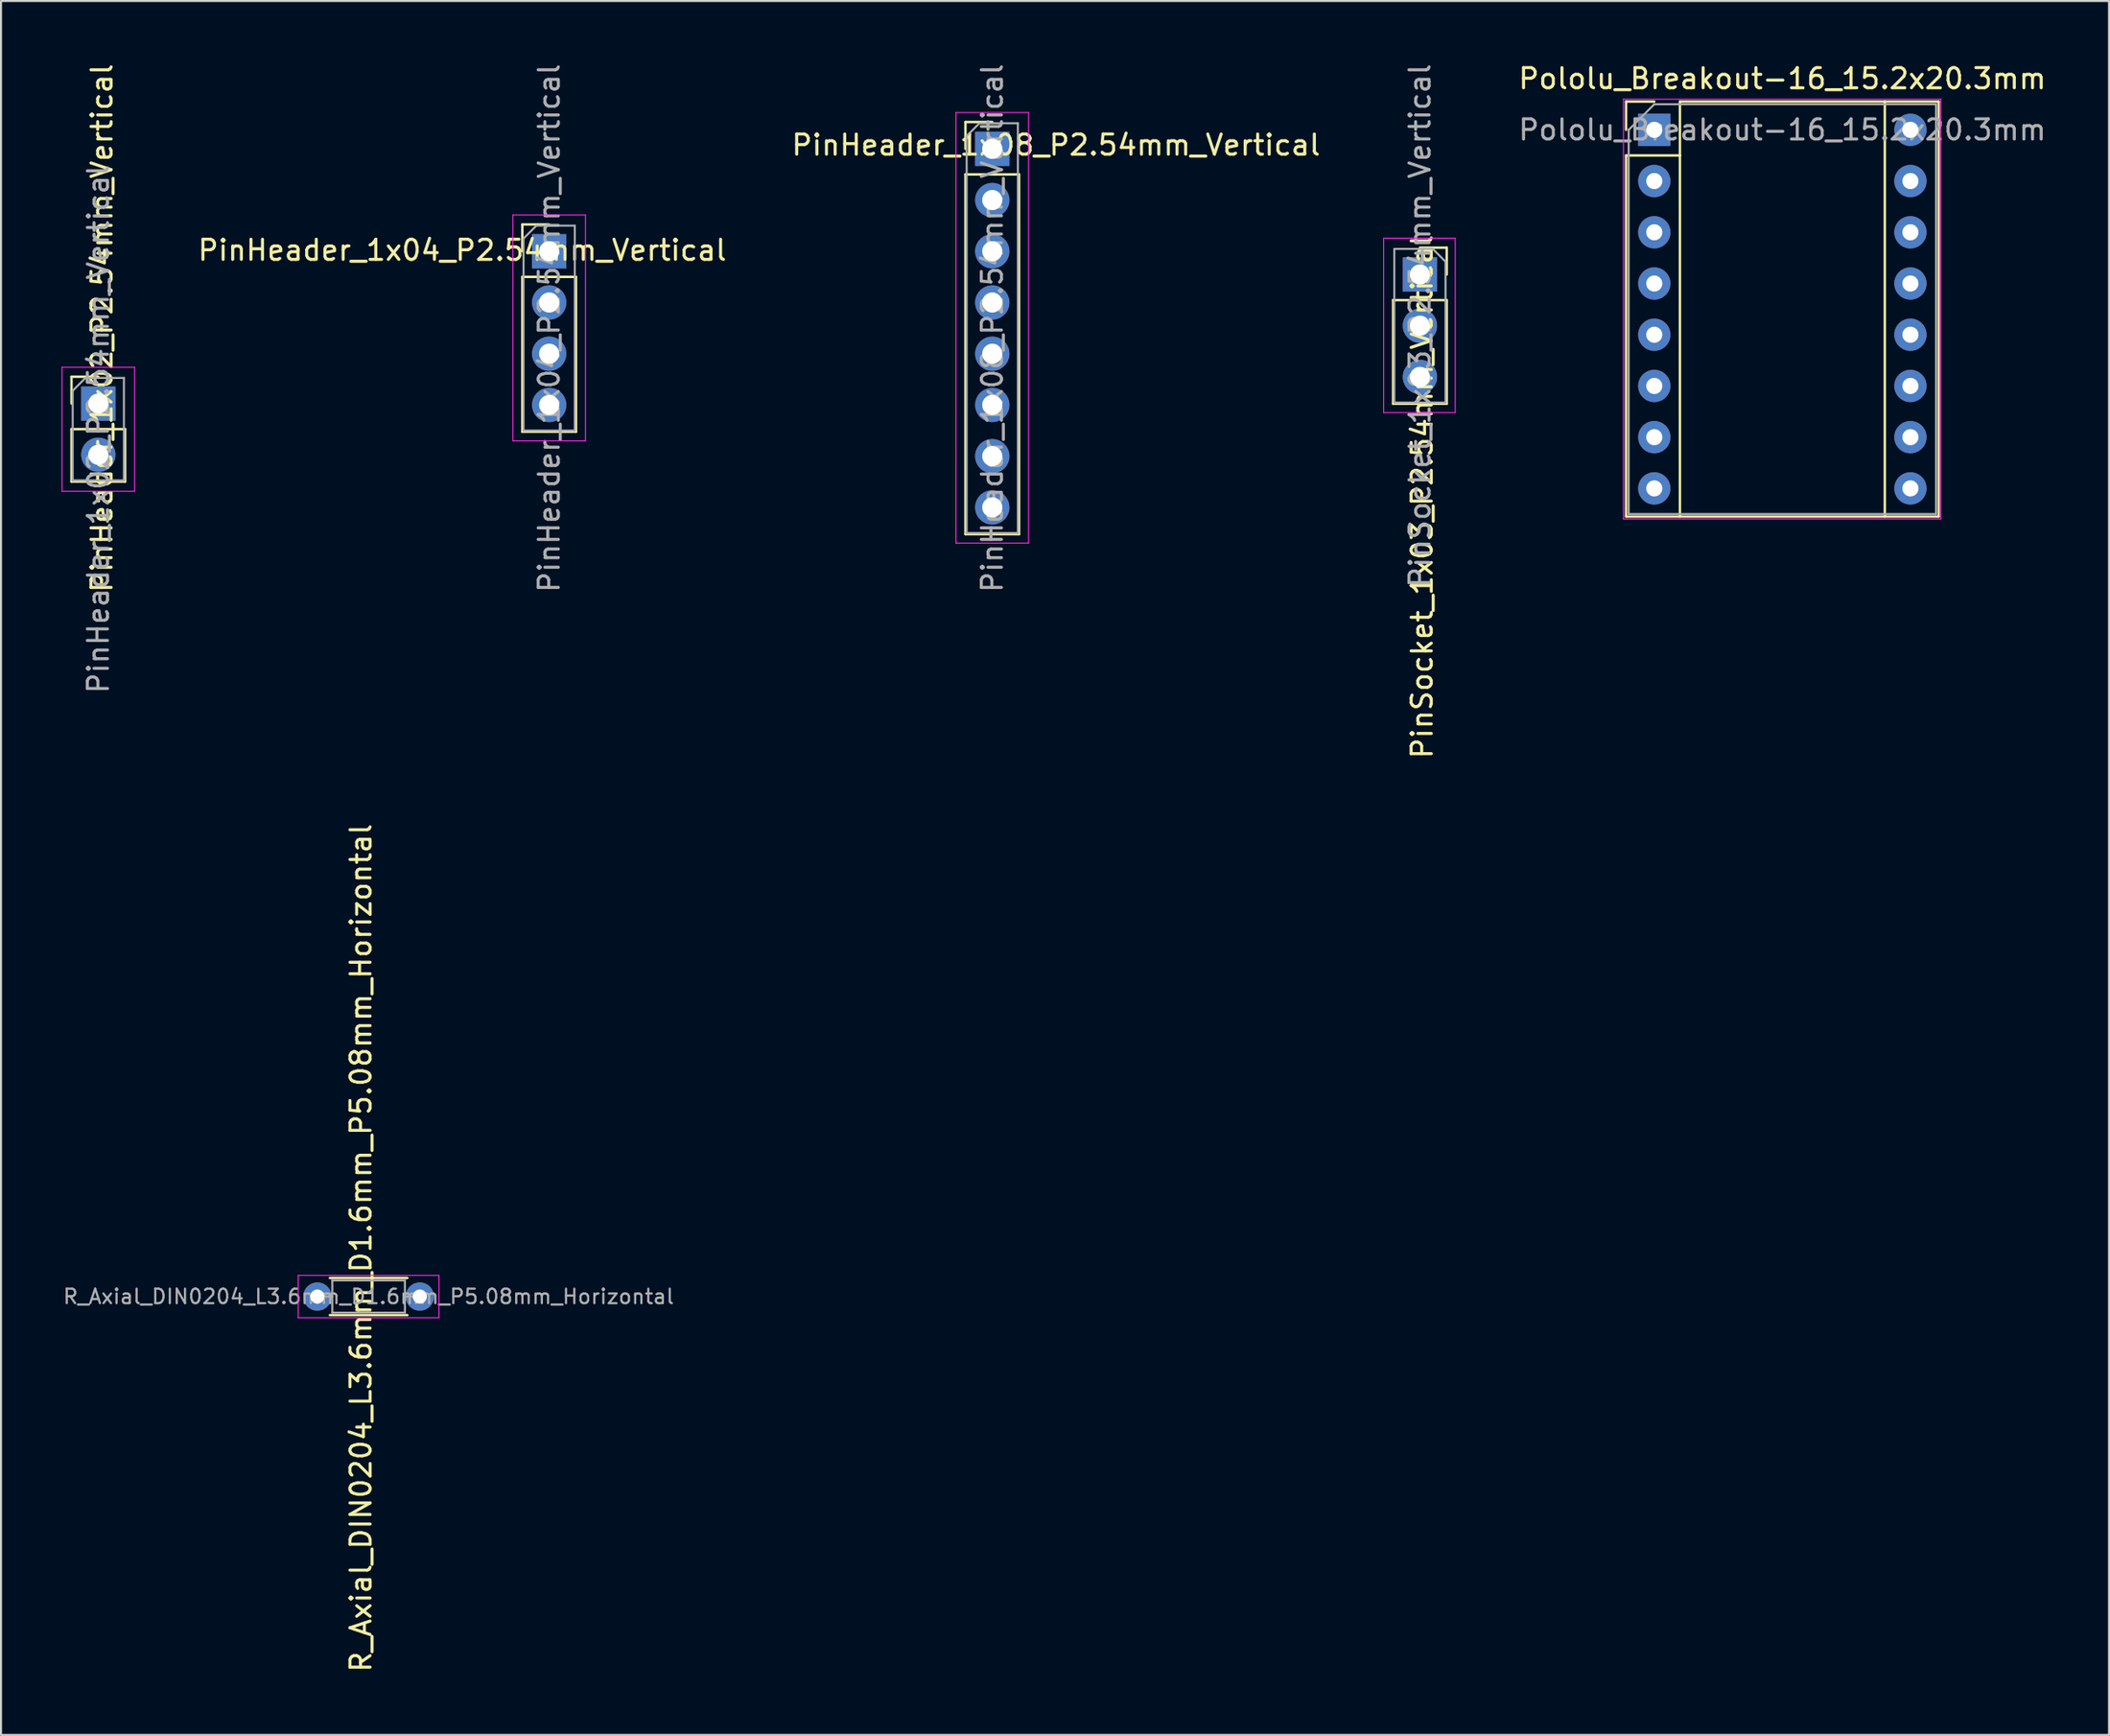
<source format=kicad_pcb>
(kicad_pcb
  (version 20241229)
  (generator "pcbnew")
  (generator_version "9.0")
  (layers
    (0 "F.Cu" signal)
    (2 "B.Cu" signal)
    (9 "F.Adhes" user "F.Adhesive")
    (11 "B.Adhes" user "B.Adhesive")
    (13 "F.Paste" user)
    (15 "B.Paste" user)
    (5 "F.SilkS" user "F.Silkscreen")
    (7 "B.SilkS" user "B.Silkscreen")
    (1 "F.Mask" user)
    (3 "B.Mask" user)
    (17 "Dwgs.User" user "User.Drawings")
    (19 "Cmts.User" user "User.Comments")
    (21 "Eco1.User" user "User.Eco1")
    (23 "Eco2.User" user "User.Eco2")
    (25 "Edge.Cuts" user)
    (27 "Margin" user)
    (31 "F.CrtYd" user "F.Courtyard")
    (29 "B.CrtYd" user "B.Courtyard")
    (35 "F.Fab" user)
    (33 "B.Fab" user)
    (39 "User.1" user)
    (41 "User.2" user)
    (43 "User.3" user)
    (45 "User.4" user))
  (footprint "PinHeader_1x02_P2.54mm_Vertical"
    (layer "F.Cu")
    (at 1.825 16.96)
    (property "Reference" "PinHeader_1x02_P2.54mm_Vertical" (at 0.18 -3.74 270) (layer "F.SilkS") (effects (font (size 1 1) (thickness 0.15))))
    (attr through_hole)
    (fp_line (start -1.33 -1.33) (end 0 -1.33) (stroke (width 0.12) (type solid)) (layer "F.SilkS"))
    (fp_line (start -1.33 0) (end -1.33 -1.33) (stroke (width 0.12) (type solid)) (layer "F.SilkS"))
    (fp_line (start -1.33 1.27) (end -1.33 3.87) (stroke (width 0.12) (type solid)) (layer "F.SilkS"))
    (fp_line (start -1.33 1.27) (end 1.33 1.27) (stroke (width 0.12) (type solid)) (layer "F.SilkS"))
    (fp_line (start -1.33 3.87) (end 1.33 3.87) (stroke (width 0.12) (type solid)) (layer "F.SilkS"))
    (fp_line (start 1.33 1.27) (end 1.33 3.87) (stroke (width 0.12) (type solid)) (layer "F.SilkS"))
    (fp_line (start -1.8 -1.8) (end -1.8 4.35) (stroke (width 0.05) (type solid)) (layer "F.CrtYd"))
    (fp_line (start -1.8 4.35) (end 1.8 4.35) (stroke (width 0.05) (type solid)) (layer "F.CrtYd"))
    (fp_line (start 1.8 -1.8) (end -1.8 -1.8) (stroke (width 0.05) (type solid)) (layer "F.CrtYd"))
    (fp_line (start 1.8 4.35) (end 1.8 -1.8) (stroke (width 0.05) (type solid)) (layer "F.CrtYd"))
    (fp_line (start -1.27 -0.635) (end -0.635 -1.27) (stroke (width 0.1) (type solid)) (layer "F.Fab"))
    (fp_line (start -1.27 3.81) (end -1.27 -0.635) (stroke (width 0.1) (type solid)) (layer "F.Fab"))
    (fp_line (start -0.635 -1.27) (end 1.27 -1.27) (stroke (width 0.1) (type solid)) (layer "F.Fab"))
    (fp_line (start 1.27 -1.27) (end 1.27 3.81) (stroke (width 0.1) (type solid)) (layer "F.Fab"))
    (fp_line (start 1.27 3.81) (end -1.27 3.81) (stroke (width 0.1) (type solid)) (layer "F.Fab"))
    (fp_text user "${REFERENCE}" (at 0 1.27 90) (layer "F.Fab") (effects (font (size 1 1) (thickness 0.15))))
    (pad "1" thru_hole rect (at 0 0) (size 1.7 1.7) (drill 1) (layers "*.Cu" "*.Mask"))
    (pad "2" thru_hole oval (at 0 2.54) (size 1.7 1.7) (drill 1) (layers "*.Cu" "*.Mask")))
  (footprint "PinHeader_1x04_P2.54mm_Vertical"
    (layer "F.Cu")
    (at 24.18 9.41)
    (property "Reference" "PinHeader_1x04_P2.54mm_Vertical" (at -4.31 -0.054 180) (layer "F.SilkS") (effects (font (size 1 1) (thickness 0.15))))
    (attr through_hole)
    (fp_line (start -1.33 -1.33) (end 0 -1.33) (stroke (width 0.12) (type solid)) (layer "F.SilkS"))
    (fp_line (start -1.33 0) (end -1.33 -1.33) (stroke (width 0.12) (type solid)) (layer "F.SilkS"))
    (fp_line (start -1.33 1.27) (end -1.33 8.95) (stroke (width 0.12) (type solid)) (layer "F.SilkS"))
    (fp_line (start -1.33 1.27) (end 1.33 1.27) (stroke (width 0.12) (type solid)) (layer "F.SilkS"))
    (fp_line (start -1.33 8.95) (end 1.33 8.95) (stroke (width 0.12) (type solid)) (layer "F.SilkS"))
    (fp_line (start 1.33 1.27) (end 1.33 8.95) (stroke (width 0.12) (type solid)) (layer "F.SilkS"))
    (fp_line (start -1.8 -1.8) (end -1.8 9.4) (stroke (width 0.05) (type solid)) (layer "F.CrtYd"))
    (fp_line (start -1.8 9.4) (end 1.8 9.4) (stroke (width 0.05) (type solid)) (layer "F.CrtYd"))
    (fp_line (start 1.8 -1.8) (end -1.8 -1.8) (stroke (width 0.05) (type solid)) (layer "F.CrtYd"))
    (fp_line (start 1.8 9.4) (end 1.8 -1.8) (stroke (width 0.05) (type solid)) (layer "F.CrtYd"))
    (fp_line (start -1.27 -0.635) (end -0.635 -1.27) (stroke (width 0.1) (type solid)) (layer "F.Fab"))
    (fp_line (start -1.27 8.89) (end -1.27 -0.635) (stroke (width 0.1) (type solid)) (layer "F.Fab"))
    (fp_line (start -0.635 -1.27) (end 1.27 -1.27) (stroke (width 0.1) (type solid)) (layer "F.Fab"))
    (fp_line (start 1.27 -1.27) (end 1.27 8.89) (stroke (width 0.1) (type solid)) (layer "F.Fab"))
    (fp_line (start 1.27 8.89) (end -1.27 8.89) (stroke (width 0.1) (type solid)) (layer "F.Fab"))
    (fp_text user "${REFERENCE}" (at 0 3.81 270) (layer "F.Fab") (effects (font (size 1 1) (thickness 0.15))))
    (pad "1" thru_hole rect (at 0 0) (size 1.7 1.7) (drill 1) (layers "*.Cu" "*.Mask"))
    (pad "2" thru_hole oval (at 0 2.54) (size 1.7 1.7) (drill 1) (layers "*.Cu" "*.Mask"))
    (pad "3" thru_hole oval (at 0 5.08) (size 1.7 1.7) (drill 1) (layers "*.Cu" "*.Mask"))
    (pad "4" thru_hole oval (at 0 7.62) (size 1.7 1.7) (drill 1) (layers "*.Cu" "*.Mask")))
  (footprint "PinHeader_1x08_P2.54mm_Vertical"
    (layer "F.Cu")
    (at 46.151 4.33)
    (property "Reference" "PinHeader_1x08_P2.54mm_Vertical" (at 3.16 -0.19 0) (layer "F.SilkS") (effects (font (size 1 1) (thickness 0.15))))
    (attr through_hole)
    (fp_line (start -1.33 -1.33) (end 0 -1.33) (stroke (width 0.12) (type solid)) (layer "F.SilkS"))
    (fp_line (start -1.33 0) (end -1.33 -1.33) (stroke (width 0.12) (type solid)) (layer "F.SilkS"))
    (fp_line (start -1.33 1.27) (end -1.33 19.11) (stroke (width 0.12) (type solid)) (layer "F.SilkS"))
    (fp_line (start -1.33 1.27) (end 1.33 1.27) (stroke (width 0.12) (type solid)) (layer "F.SilkS"))
    (fp_line (start -1.33 19.11) (end 1.33 19.11) (stroke (width 0.12) (type solid)) (layer "F.SilkS"))
    (fp_line (start 1.33 1.27) (end 1.33 19.11) (stroke (width 0.12) (type solid)) (layer "F.SilkS"))
    (fp_line (start -1.8 -1.8) (end -1.8 19.55) (stroke (width 0.05) (type solid)) (layer "F.CrtYd"))
    (fp_line (start -1.8 19.55) (end 1.8 19.55) (stroke (width 0.05) (type solid)) (layer "F.CrtYd"))
    (fp_line (start 1.8 -1.8) (end -1.8 -1.8) (stroke (width 0.05) (type solid)) (layer "F.CrtYd"))
    (fp_line (start 1.8 19.55) (end 1.8 -1.8) (stroke (width 0.05) (type solid)) (layer "F.CrtYd"))
    (fp_line (start -1.27 -0.635) (end -0.635 -1.27) (stroke (width 0.1) (type solid)) (layer "F.Fab"))
    (fp_line (start -1.27 19.05) (end -1.27 -0.635) (stroke (width 0.1) (type solid)) (layer "F.Fab"))
    (fp_line (start -0.635 -1.27) (end 1.27 -1.27) (stroke (width 0.1) (type solid)) (layer "F.Fab"))
    (fp_line (start 1.27 -1.27) (end 1.27 19.05) (stroke (width 0.1) (type solid)) (layer "F.Fab"))
    (fp_line (start 1.27 19.05) (end -1.27 19.05) (stroke (width 0.1) (type solid)) (layer "F.Fab"))
    (fp_text user "${REFERENCE}" (at 0 8.89 90) (layer "F.Fab") (effects (font (size 1 1) (thickness 0.15))))
    (pad "1" thru_hole rect (at 0 0) (size 1.7 1.7) (drill 1) (layers "*.Cu" "*.Mask"))
    (pad "2" thru_hole oval (at 0 2.54) (size 1.7 1.7) (drill 1) (layers "*.Cu" "*.Mask"))
    (pad "3" thru_hole oval (at 0 5.08) (size 1.7 1.7) (drill 1) (layers "*.Cu" "*.Mask"))
    (pad "4" thru_hole oval (at 0 7.62) (size 1.7 1.7) (drill 1) (layers "*.Cu" "*.Mask"))
    (pad "5" thru_hole oval (at 0 10.16) (size 1.7 1.7) (drill 1) (layers "*.Cu" "*.Mask"))
    (pad "6" thru_hole oval (at 0 12.7) (size 1.7 1.7) (drill 1) (layers "*.Cu" "*.Mask"))
    (pad "7" thru_hole oval (at 0 15.24) (size 1.7 1.7) (drill 1) (layers "*.Cu" "*.Mask"))
    (pad "8" thru_hole oval (at 0 17.78) (size 1.7 1.7) (drill 1) (layers "*.Cu" "*.Mask")))
  (footprint "PinSocket_1x03_P2.54mm_Vertical"
    (layer "F.Cu")
    (at 67.356 10.561)
    (property "Reference" "PinSocket_1x03_P2.54mm_Vertical" (at 0.108 11.02 90) (layer "F.SilkS") (effects (font (size 1 1) (thickness 0.15))))
    (attr through_hole)
    (fp_line (start -1.33 1.27) (end -1.33 6.41) (stroke (width 0.12) (type solid)) (layer "F.SilkS"))
    (fp_line (start -1.33 1.27) (end 1.33 1.27) (stroke (width 0.12) (type solid)) (layer "F.SilkS"))
    (fp_line (start -1.33 6.41) (end 1.33 6.41) (stroke (width 0.12) (type solid)) (layer "F.SilkS"))
    (fp_line (start 0 -1.33) (end 1.33 -1.33) (stroke (width 0.12) (type solid)) (layer "F.SilkS"))
    (fp_line (start 1.33 -1.33) (end 1.33 0) (stroke (width 0.12) (type solid)) (layer "F.SilkS"))
    (fp_line (start 1.33 1.27) (end 1.33 6.41) (stroke (width 0.12) (type solid)) (layer "F.SilkS"))
    (fp_line (start -1.8 -1.8) (end 1.75 -1.8) (stroke (width 0.05) (type solid)) (layer "F.CrtYd"))
    (fp_line (start -1.8 6.85) (end -1.8 -1.8) (stroke (width 0.05) (type solid)) (layer "F.CrtYd"))
    (fp_line (start 1.75 -1.8) (end 1.75 6.85) (stroke (width 0.05) (type solid)) (layer "F.CrtYd"))
    (fp_line (start 1.75 6.85) (end -1.8 6.85) (stroke (width 0.05) (type solid)) (layer "F.CrtYd"))
    (fp_line (start -1.27 -1.27) (end 0.635 -1.27) (stroke (width 0.1) (type solid)) (layer "F.Fab"))
    (fp_line (start -1.27 6.35) (end -1.27 -1.27) (stroke (width 0.1) (type solid)) (layer "F.Fab"))
    (fp_line (start 0.635 -1.27) (end 1.27 -0.635) (stroke (width 0.1) (type solid)) (layer "F.Fab"))
    (fp_line (start 1.27 -0.635) (end 1.27 6.35) (stroke (width 0.1) (type solid)) (layer "F.Fab"))
    (fp_line (start 1.27 6.35) (end -1.27 6.35) (stroke (width 0.1) (type solid)) (layer "F.Fab"))
    (fp_text user "${REFERENCE}" (at 0 2.54 270) (layer "F.Fab") (effects (font (size 1 1) (thickness 0.15))))
    (pad "1" thru_hole rect (at 0 0) (size 1.7 1.7) (drill 1) (layers "*.Cu" "*.Mask"))
    (pad "2" thru_hole oval (at 0 2.54) (size 1.7 1.7) (drill 1) (layers "*.Cu" "*.Mask"))
    (pad "3" thru_hole oval (at 0 5.08) (size 1.7 1.7) (drill 1) (layers "*.Cu" "*.Mask")))
  (footprint "R_Axial_DIN0204_L3.6mm_D1.6mm_P5.08mm_Horizontal"
    (layer "F.Cu")
    (at 12.687 61.241)
    (property "Reference" "R_Axial_DIN0204_L3.6mm_D1.6mm_P5.08mm_Horizontal" (at 2.16 -2.41 270) (layer "F.SilkS") (effects (font (size 1 1) (thickness 0.15))))
    (attr through_hole)
    (fp_line (start 0.62 -0.92) (end 4.46 -0.92) (stroke (width 0.12) (type solid)) (layer "F.SilkS"))
    (fp_line (start 0.62 0.92) (end 4.46 0.92) (stroke (width 0.12) (type solid)) (layer "F.SilkS"))
    (fp_line (start -0.95 -1.05) (end -0.95 1.05) (stroke (width 0.05) (type solid)) (layer "F.CrtYd"))
    (fp_line (start -0.95 1.05) (end 6.03 1.05) (stroke (width 0.05) (type solid)) (layer "F.CrtYd"))
    (fp_line (start 6.03 -1.05) (end -0.95 -1.05) (stroke (width 0.05) (type solid)) (layer "F.CrtYd"))
    (fp_line (start 6.03 1.05) (end 6.03 -1.05) (stroke (width 0.05) (type solid)) (layer "F.CrtYd"))
    (fp_line (start 0 0) (end 0.74 0) (stroke (width 0.1) (type solid)) (layer "F.Fab"))
    (fp_line (start 0.74 -0.8) (end 0.74 0.8) (stroke (width 0.1) (type solid)) (layer "F.Fab"))
    (fp_line (start 0.74 0.8) (end 4.34 0.8) (stroke (width 0.1) (type solid)) (layer "F.Fab"))
    (fp_line (start 4.34 -0.8) (end 0.74 -0.8) (stroke (width 0.1) (type solid)) (layer "F.Fab"))
    (fp_line (start 4.34 0.8) (end 4.34 -0.8) (stroke (width 0.1) (type solid)) (layer "F.Fab"))
    (fp_line (start 5.08 0) (end 4.34 0) (stroke (width 0.1) (type solid)) (layer "F.Fab"))
    (fp_text user "${REFERENCE}" (at 2.54 0 180) (layer "F.Fab") (effects (font (size 0.72 0.72) (thickness 0.108))))
    (pad "1" thru_hole circle (at 0 0) (size 1.4 1.4) (drill 0.7) (layers "*.Cu" "*.Mask"))
    (pad "2" thru_hole oval (at 5.08 0) (size 1.4 1.4) (drill 0.7) (layers "*.Cu" "*.Mask")))
  (footprint "Pololu_Breakout-16_15.2x20.3mm"
    (layer "F.Cu")
    (at 78.977 3.388)
    (property "Reference" "Pololu_Breakout-16_15.2x20.3mm" (at 6.35 -2.54 180) (layer "F.SilkS") (effects (font (size 1 1) (thickness 0.15))))
    (attr through_hole)
    (fp_line (start -1.4 -1.4) (end -1.4 0) (stroke (width 0.12) (type solid)) (layer "F.SilkS"))
    (fp_line (start -1.4 1.27) (end -1.4 19.18) (stroke (width 0.12) (type solid)) (layer "F.SilkS"))
    (fp_line (start -1.4 19.18) (end 14.1 19.18) (stroke (width 0.12) (type solid)) (layer "F.SilkS"))
    (fp_line (start 0 -1.4) (end -1.4 -1.4) (stroke (width 0.12) (type solid)) (layer "F.SilkS"))
    (fp_line (start 1.27 -1.4) (end 1.27 1.27) (stroke (width 0.12) (type solid)) (layer "F.SilkS"))
    (fp_line (start 1.27 1.27) (end -1.4 1.27) (stroke (width 0.12) (type solid)) (layer "F.SilkS"))
    (fp_line (start 1.27 1.27) (end 1.27 19.18) (stroke (width 0.12) (type solid)) (layer "F.SilkS"))
    (fp_line (start 11.43 -1.4) (end 11.43 19.18) (stroke (width 0.12) (type solid)) (layer "F.SilkS"))
    (fp_line (start 14.1 -1.4) (end 1.27 -1.4) (stroke (width 0.12) (type solid)) (layer "F.SilkS"))
    (fp_line (start 14.1 19.18) (end 14.1 -1.4) (stroke (width 0.12) (type solid)) (layer "F.SilkS"))
    (fp_line (start -1.53 -1.52) (end -1.53 19.3) (stroke (width 0.05) (type solid)) (layer "F.CrtYd"))
    (fp_line (start -1.53 -1.52) (end 14.21 -1.52) (stroke (width 0.05) (type solid)) (layer "F.CrtYd"))
    (fp_line (start 14.21 19.3) (end -1.53 19.3) (stroke (width 0.05) (type solid)) (layer "F.CrtYd"))
    (fp_line (start 14.21 19.3) (end 14.21 -1.52) (stroke (width 0.05) (type solid)) (layer "F.CrtYd"))
    (fp_line (start -1.27 0) (end 0 -1.27) (stroke (width 0.1) (type solid)) (layer "F.Fab"))
    (fp_line (start -1.27 19.05) (end -1.27 0) (stroke (width 0.1) (type solid)) (layer "F.Fab"))
    (fp_line (start 0 -1.27) (end 13.97 -1.27) (stroke (width 0.1) (type solid)) (layer "F.Fab"))
    (fp_line (start 13.97 -1.27) (end 13.97 19.05) (stroke (width 0.1) (type solid)) (layer "F.Fab"))
    (fp_line (start 13.97 19.05) (end -1.27 19.05) (stroke (width 0.1) (type solid)) (layer "F.Fab"))
    (fp_text user "${REFERENCE}" (at 6.35 0 180) (layer "F.Fab") (effects (font (size 1 1) (thickness 0.15))))
    (pad "1" thru_hole rect (at 0 0) (size 1.6 1.6) (drill 0.8) (layers "*.Cu" "*.Mask"))
    (pad "2" thru_hole oval (at 0 2.54) (size 1.6 1.6) (drill 0.8) (layers "*.Cu" "*.Mask"))
    (pad "3" thru_hole oval (at 0 5.08) (size 1.6 1.6) (drill 0.8) (layers "*.Cu" "*.Mask"))
    (pad "4" thru_hole oval (at 0 7.62) (size 1.6 1.6) (drill 0.8) (layers "*.Cu" "*.Mask"))
    (pad "5" thru_hole oval (at 0 10.16) (size 1.6 1.6) (drill 0.8) (layers "*.Cu" "*.Mask"))
    (pad "6" thru_hole oval (at 0 12.7) (size 1.6 1.6) (drill 0.8) (layers "*.Cu" "*.Mask"))
    (pad "7" thru_hole oval (at 0 15.24) (size 1.6 1.6) (drill 0.8) (layers "*.Cu" "*.Mask"))
    (pad "8" thru_hole oval (at 0 17.78) (size 1.6 1.6) (drill 0.8) (layers "*.Cu" "*.Mask"))
    (pad "9" thru_hole oval (at 12.7 17.78) (size 1.6 1.6) (drill 0.8) (layers "*.Cu" "*.Mask"))
    (pad "10" thru_hole oval (at 12.7 15.24) (size 1.6 1.6) (drill 0.8) (layers "*.Cu" "*.Mask"))
    (pad "11" thru_hole oval (at 12.7 12.7) (size 1.6 1.6) (drill 0.8) (layers "*.Cu" "*.Mask"))
    (pad "12" thru_hole oval (at 12.7 10.16) (size 1.6 1.6) (drill 0.8) (layers "*.Cu" "*.Mask"))
    (pad "13" thru_hole oval (at 12.7 7.62) (size 1.6 1.6) (drill 0.8) (layers "*.Cu" "*.Mask"))
    (pad "14" thru_hole oval (at 12.7 5.08) (size 1.6 1.6) (drill 0.8) (layers "*.Cu" "*.Mask"))
    (pad "15" thru_hole oval (at 12.7 2.54) (size 1.6 1.6) (drill 0.8) (layers "*.Cu" "*.Mask"))
    (pad "16" thru_hole oval (at 12.7 0) (size 1.6 1.6) (drill 0.8) (layers "*.Cu" "*.Mask")))
  (gr_rect
    (start -3 -3)
    (end 101.524 82.98)
    (stroke (width 0.1) (type default))
    (fill no)
    (layer "Edge.Cuts")))
</source>
